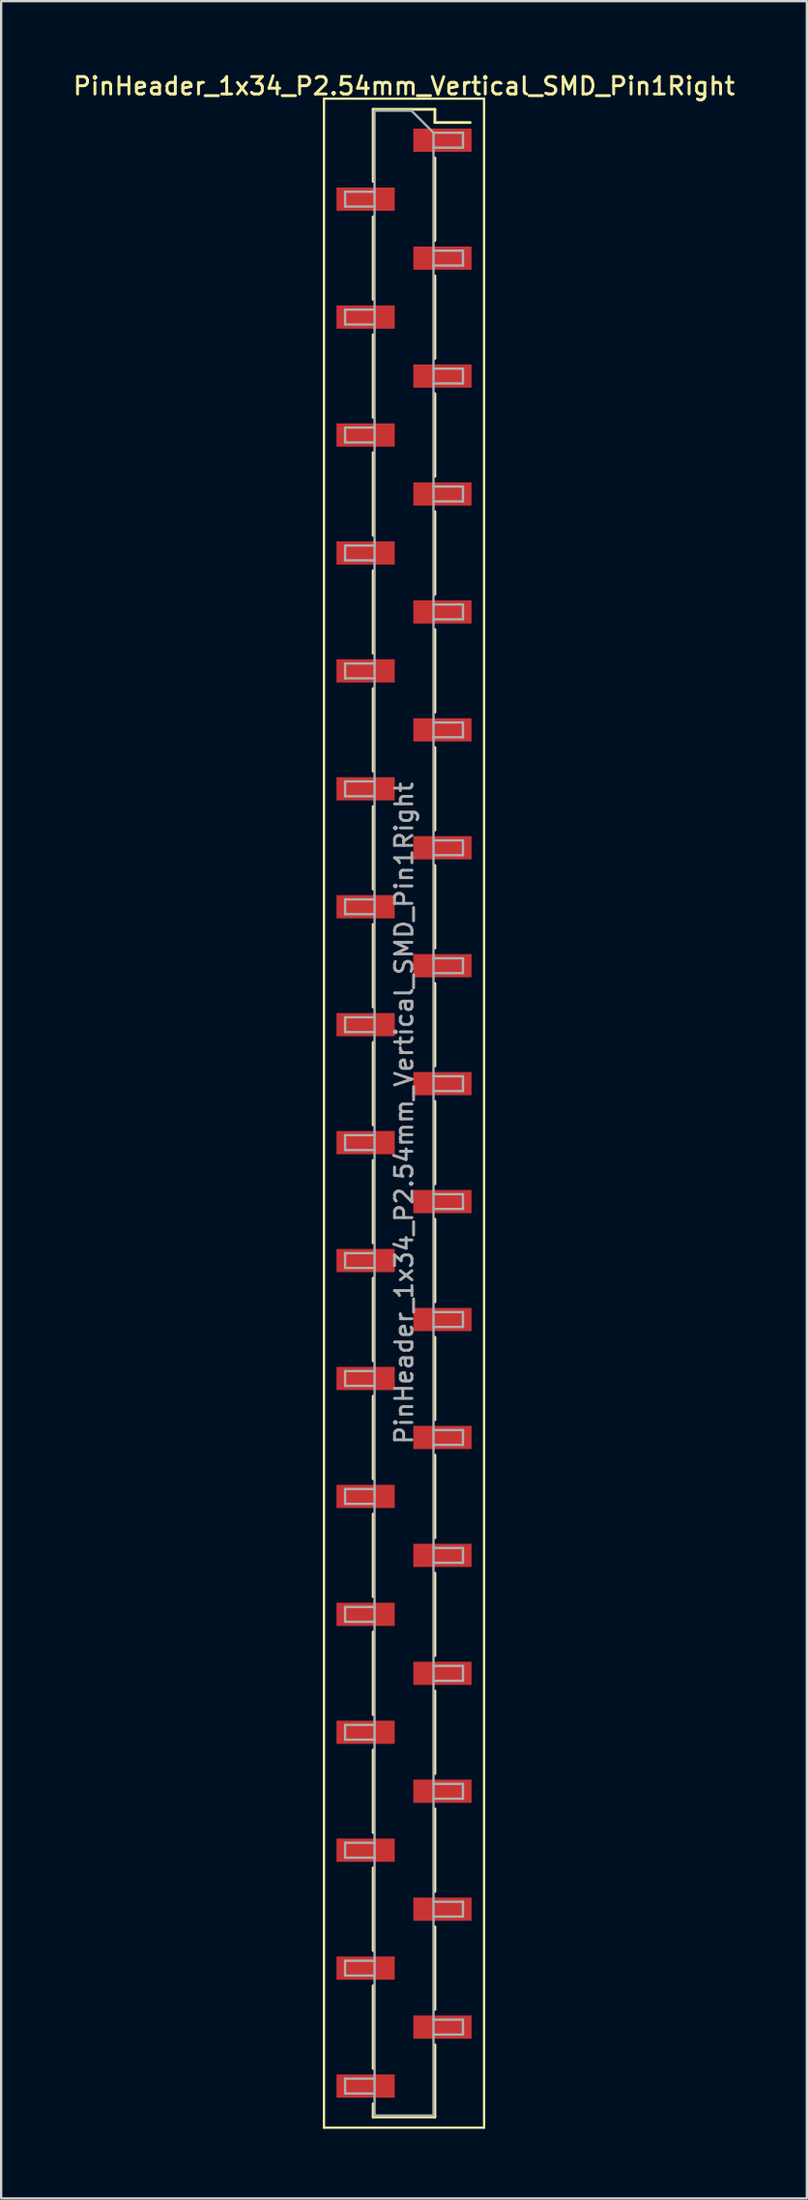
<source format=kicad_pcb>
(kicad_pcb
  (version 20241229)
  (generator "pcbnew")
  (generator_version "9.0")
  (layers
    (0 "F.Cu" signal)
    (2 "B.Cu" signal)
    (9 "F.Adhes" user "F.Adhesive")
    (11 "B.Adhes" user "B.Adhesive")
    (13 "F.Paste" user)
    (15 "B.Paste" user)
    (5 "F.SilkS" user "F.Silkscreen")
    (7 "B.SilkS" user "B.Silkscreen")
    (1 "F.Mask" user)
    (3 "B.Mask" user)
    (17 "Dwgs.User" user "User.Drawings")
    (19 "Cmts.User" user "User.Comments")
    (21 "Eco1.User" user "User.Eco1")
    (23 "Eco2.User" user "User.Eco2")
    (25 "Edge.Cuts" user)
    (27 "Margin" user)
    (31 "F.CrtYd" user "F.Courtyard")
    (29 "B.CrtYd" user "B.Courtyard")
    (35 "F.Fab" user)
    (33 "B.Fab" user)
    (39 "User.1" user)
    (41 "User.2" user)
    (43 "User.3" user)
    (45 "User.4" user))
  (footprint "PinHeader_1x34_P2.54mm_Vertical_SMD_Pin1Right"
    (layer "F.Cu")
    (at 14.363 44.898)
    (property "Reference" "PinHeader_1x34_P2.54mm_Vertical_SMD_Pin1Right" (at 0 -44.24 0) (layer "F.SilkS") (effects (font (size 0.75 0.75) (thickness 0.125))))
    (attr smd)
    (fp_line (start -3.45 -43.7) (end -3.45 43.7) (stroke (width 0.1) (type solid)) (layer "F.SilkS"))
    (fp_line (start -3.45 43.7) (end 3.45 43.7) (stroke (width 0.1) (type solid)) (layer "F.SilkS"))
    (fp_line (start -1.33 -43.24) (end -1.33 -40.13) (stroke (width 0.12) (type solid)) (layer "F.SilkS"))
    (fp_line (start -1.33 -43.24) (end 1.33 -43.24) (stroke (width 0.12) (type solid)) (layer "F.SilkS"))
    (fp_line (start -1.33 -38.61) (end -1.33 -35.05) (stroke (width 0.12) (type solid)) (layer "F.SilkS"))
    (fp_line (start -1.33 -33.53) (end -1.33 -29.97) (stroke (width 0.12) (type solid)) (layer "F.SilkS"))
    (fp_line (start -1.33 -28.45) (end -1.33 -24.89) (stroke (width 0.12) (type solid)) (layer "F.SilkS"))
    (fp_line (start -1.33 -23.37) (end -1.33 -19.81) (stroke (width 0.12) (type solid)) (layer "F.SilkS"))
    (fp_line (start -1.33 -18.29) (end -1.33 -14.73) (stroke (width 0.12) (type solid)) (layer "F.SilkS"))
    (fp_line (start -1.33 -13.21) (end -1.33 -9.65) (stroke (width 0.12) (type solid)) (layer "F.SilkS"))
    (fp_line (start -1.33 -8.13) (end -1.33 -4.57) (stroke (width 0.12) (type solid)) (layer "F.SilkS"))
    (fp_line (start -1.33 -3.05) (end -1.33 0.51) (stroke (width 0.12) (type solid)) (layer "F.SilkS"))
    (fp_line (start -1.33 2.03) (end -1.33 5.59) (stroke (width 0.12) (type solid)) (layer "F.SilkS"))
    (fp_line (start -1.33 7.11) (end -1.33 10.67) (stroke (width 0.12) (type solid)) (layer "F.SilkS"))
    (fp_line (start -1.33 12.19) (end -1.33 15.75) (stroke (width 0.12) (type solid)) (layer "F.SilkS"))
    (fp_line (start -1.33 17.27) (end -1.33 20.83) (stroke (width 0.12) (type solid)) (layer "F.SilkS"))
    (fp_line (start -1.33 22.35) (end -1.33 25.91) (stroke (width 0.12) (type solid)) (layer "F.SilkS"))
    (fp_line (start -1.33 27.43) (end -1.33 30.99) (stroke (width 0.12) (type solid)) (layer "F.SilkS"))
    (fp_line (start -1.33 32.51) (end -1.33 36.07) (stroke (width 0.12) (type solid)) (layer "F.SilkS"))
    (fp_line (start -1.33 37.59) (end -1.33 41.15) (stroke (width 0.12) (type solid)) (layer "F.SilkS"))
    (fp_line (start -1.33 42.67) (end -1.33 43.24) (stroke (width 0.12) (type solid)) (layer "F.SilkS"))
    (fp_line (start -1.33 43.24) (end 1.33 43.24) (stroke (width 0.12) (type solid)) (layer "F.SilkS"))
    (fp_line (start 1.33 -43.24) (end 1.33 -42.67) (stroke (width 0.12) (type solid)) (layer "F.SilkS"))
    (fp_line (start 1.33 -42.67) (end 2.85 -42.67) (stroke (width 0.12) (type solid)) (layer "F.SilkS"))
    (fp_line (start 1.33 -41.15) (end 1.33 -37.59) (stroke (width 0.12) (type solid)) (layer "F.SilkS"))
    (fp_line (start 1.33 -36.07) (end 1.33 -32.51) (stroke (width 0.12) (type solid)) (layer "F.SilkS"))
    (fp_line (start 1.33 -30.99) (end 1.33 -27.43) (stroke (width 0.12) (type solid)) (layer "F.SilkS"))
    (fp_line (start 1.33 -25.91) (end 1.33 -22.35) (stroke (width 0.12) (type solid)) (layer "F.SilkS"))
    (fp_line (start 1.33 -20.83) (end 1.33 -17.27) (stroke (width 0.12) (type solid)) (layer "F.SilkS"))
    (fp_line (start 1.33 -15.75) (end 1.33 -12.19) (stroke (width 0.12) (type solid)) (layer "F.SilkS"))
    (fp_line (start 1.33 -10.67) (end 1.33 -7.11) (stroke (width 0.12) (type solid)) (layer "F.SilkS"))
    (fp_line (start 1.33 -5.59) (end 1.33 -2.03) (stroke (width 0.12) (type solid)) (layer "F.SilkS"))
    (fp_line (start 1.33 -0.51) (end 1.33 3.05) (stroke (width 0.12) (type solid)) (layer "F.SilkS"))
    (fp_line (start 1.33 4.57) (end 1.33 8.13) (stroke (width 0.12) (type solid)) (layer "F.SilkS"))
    (fp_line (start 1.33 9.65) (end 1.33 13.21) (stroke (width 0.12) (type solid)) (layer "F.SilkS"))
    (fp_line (start 1.33 14.73) (end 1.33 18.29) (stroke (width 0.12) (type solid)) (layer "F.SilkS"))
    (fp_line (start 1.33 19.81) (end 1.33 23.37) (stroke (width 0.12) (type solid)) (layer "F.SilkS"))
    (fp_line (start 1.33 24.89) (end 1.33 28.45) (stroke (width 0.12) (type solid)) (layer "F.SilkS"))
    (fp_line (start 1.33 29.97) (end 1.33 33.53) (stroke (width 0.12) (type solid)) (layer "F.SilkS"))
    (fp_line (start 1.33 35.05) (end 1.33 38.61) (stroke (width 0.12) (type solid)) (layer "F.SilkS"))
    (fp_line (start 1.33 40.13) (end 1.33 43.24) (stroke (width 0.12) (type solid)) (layer "F.SilkS"))
    (fp_line (start 3.45 -43.7) (end -3.45 -43.7) (stroke (width 0.1) (type solid)) (layer "F.SilkS"))
    (fp_line (start 3.45 43.7) (end 3.45 -43.7) (stroke (width 0.1) (type solid)) (layer "F.SilkS"))
    (fp_line (start -2.54 -39.69) (end -2.54 -39.05) (stroke (width 0.1) (type solid)) (layer "F.Fab"))
    (fp_line (start -2.54 -39.05) (end -1.27 -39.05) (stroke (width 0.1) (type solid)) (layer "F.Fab"))
    (fp_line (start -2.54 -34.61) (end -2.54 -33.97) (stroke (width 0.1) (type solid)) (layer "F.Fab"))
    (fp_line (start -2.54 -33.97) (end -1.27 -33.97) (stroke (width 0.1) (type solid)) (layer "F.Fab"))
    (fp_line (start -2.54 -29.53) (end -2.54 -28.89) (stroke (width 0.1) (type solid)) (layer "F.Fab"))
    (fp_line (start -2.54 -28.89) (end -1.27 -28.89) (stroke (width 0.1) (type solid)) (layer "F.Fab"))
    (fp_line (start -2.54 -24.45) (end -2.54 -23.81) (stroke (width 0.1) (type solid)) (layer "F.Fab"))
    (fp_line (start -2.54 -23.81) (end -1.27 -23.81) (stroke (width 0.1) (type solid)) (layer "F.Fab"))
    (fp_line (start -2.54 -19.37) (end -2.54 -18.73) (stroke (width 0.1) (type solid)) (layer "F.Fab"))
    (fp_line (start -2.54 -18.73) (end -1.27 -18.73) (stroke (width 0.1) (type solid)) (layer "F.Fab"))
    (fp_line (start -2.54 -14.29) (end -2.54 -13.65) (stroke (width 0.1) (type solid)) (layer "F.Fab"))
    (fp_line (start -2.54 -13.65) (end -1.27 -13.65) (stroke (width 0.1) (type solid)) (layer "F.Fab"))
    (fp_line (start -2.54 -9.21) (end -2.54 -8.57) (stroke (width 0.1) (type solid)) (layer "F.Fab"))
    (fp_line (start -2.54 -8.57) (end -1.27 -8.57) (stroke (width 0.1) (type solid)) (layer "F.Fab"))
    (fp_line (start -2.54 -4.13) (end -2.54 -3.49) (stroke (width 0.1) (type solid)) (layer "F.Fab"))
    (fp_line (start -2.54 -3.49) (end -1.27 -3.49) (stroke (width 0.1) (type solid)) (layer "F.Fab"))
    (fp_line (start -2.54 0.95) (end -2.54 1.59) (stroke (width 0.1) (type solid)) (layer "F.Fab"))
    (fp_line (start -2.54 1.59) (end -1.27 1.59) (stroke (width 0.1) (type solid)) (layer "F.Fab"))
    (fp_line (start -2.54 6.03) (end -2.54 6.67) (stroke (width 0.1) (type solid)) (layer "F.Fab"))
    (fp_line (start -2.54 6.67) (end -1.27 6.67) (stroke (width 0.1) (type solid)) (layer "F.Fab"))
    (fp_line (start -2.54 11.11) (end -2.54 11.75) (stroke (width 0.1) (type solid)) (layer "F.Fab"))
    (fp_line (start -2.54 11.75) (end -1.27 11.75) (stroke (width 0.1) (type solid)) (layer "F.Fab"))
    (fp_line (start -2.54 16.19) (end -2.54 16.83) (stroke (width 0.1) (type solid)) (layer "F.Fab"))
    (fp_line (start -2.54 16.83) (end -1.27 16.83) (stroke (width 0.1) (type solid)) (layer "F.Fab"))
    (fp_line (start -2.54 21.27) (end -2.54 21.91) (stroke (width 0.1) (type solid)) (layer "F.Fab"))
    (fp_line (start -2.54 21.91) (end -1.27 21.91) (stroke (width 0.1) (type solid)) (layer "F.Fab"))
    (fp_line (start -2.54 26.35) (end -2.54 26.99) (stroke (width 0.1) (type solid)) (layer "F.Fab"))
    (fp_line (start -2.54 26.99) (end -1.27 26.99) (stroke (width 0.1) (type solid)) (layer "F.Fab"))
    (fp_line (start -2.54 31.43) (end -2.54 32.07) (stroke (width 0.1) (type solid)) (layer "F.Fab"))
    (fp_line (start -2.54 32.07) (end -1.27 32.07) (stroke (width 0.1) (type solid)) (layer "F.Fab"))
    (fp_line (start -2.54 36.51) (end -2.54 37.15) (stroke (width 0.1) (type solid)) (layer "F.Fab"))
    (fp_line (start -2.54 37.15) (end -1.27 37.15) (stroke (width 0.1) (type solid)) (layer "F.Fab"))
    (fp_line (start -2.54 41.59) (end -2.54 42.23) (stroke (width 0.1) (type solid)) (layer "F.Fab"))
    (fp_line (start -2.54 42.23) (end -1.27 42.23) (stroke (width 0.1) (type solid)) (layer "F.Fab"))
    (fp_line (start -1.27 -43.18) (end -1.27 43.18) (stroke (width 0.1) (type solid)) (layer "F.Fab"))
    (fp_line (start -1.27 -43.18) (end 0.32 -43.18) (stroke (width 0.1) (type solid)) (layer "F.Fab"))
    (fp_line (start -1.27 -39.69) (end -2.54 -39.69) (stroke (width 0.1) (type solid)) (layer "F.Fab"))
    (fp_line (start -1.27 -34.61) (end -2.54 -34.61) (stroke (width 0.1) (type solid)) (layer "F.Fab"))
    (fp_line (start -1.27 -29.53) (end -2.54 -29.53) (stroke (width 0.1) (type solid)) (layer "F.Fab"))
    (fp_line (start -1.27 -24.45) (end -2.54 -24.45) (stroke (width 0.1) (type solid)) (layer "F.Fab"))
    (fp_line (start -1.27 -19.37) (end -2.54 -19.37) (stroke (width 0.1) (type solid)) (layer "F.Fab"))
    (fp_line (start -1.27 -14.29) (end -2.54 -14.29) (stroke (width 0.1) (type solid)) (layer "F.Fab"))
    (fp_line (start -1.27 -9.21) (end -2.54 -9.21) (stroke (width 0.1) (type solid)) (layer "F.Fab"))
    (fp_line (start -1.27 -4.13) (end -2.54 -4.13) (stroke (width 0.1) (type solid)) (layer "F.Fab"))
    (fp_line (start -1.27 0.95) (end -2.54 0.95) (stroke (width 0.1) (type solid)) (layer "F.Fab"))
    (fp_line (start -1.27 6.03) (end -2.54 6.03) (stroke (width 0.1) (type solid)) (layer "F.Fab"))
    (fp_line (start -1.27 11.11) (end -2.54 11.11) (stroke (width 0.1) (type solid)) (layer "F.Fab"))
    (fp_line (start -1.27 16.19) (end -2.54 16.19) (stroke (width 0.1) (type solid)) (layer "F.Fab"))
    (fp_line (start -1.27 21.27) (end -2.54 21.27) (stroke (width 0.1) (type solid)) (layer "F.Fab"))
    (fp_line (start -1.27 26.35) (end -2.54 26.35) (stroke (width 0.1) (type solid)) (layer "F.Fab"))
    (fp_line (start -1.27 31.43) (end -2.54 31.43) (stroke (width 0.1) (type solid)) (layer "F.Fab"))
    (fp_line (start -1.27 36.51) (end -2.54 36.51) (stroke (width 0.1) (type solid)) (layer "F.Fab"))
    (fp_line (start -1.27 41.59) (end -2.54 41.59) (stroke (width 0.1) (type solid)) (layer "F.Fab"))
    (fp_line (start 1.27 -42.23) (end 0.32 -43.18) (stroke (width 0.1) (type solid)) (layer "F.Fab"))
    (fp_line (start 1.27 -42.23) (end 2.54 -42.23) (stroke (width 0.1) (type solid)) (layer "F.Fab"))
    (fp_line (start 1.27 -37.15) (end 2.54 -37.15) (stroke (width 0.1) (type solid)) (layer "F.Fab"))
    (fp_line (start 1.27 -32.07) (end 2.54 -32.07) (stroke (width 0.1) (type solid)) (layer "F.Fab"))
    (fp_line (start 1.27 -26.99) (end 2.54 -26.99) (stroke (width 0.1) (type solid)) (layer "F.Fab"))
    (fp_line (start 1.27 -21.91) (end 2.54 -21.91) (stroke (width 0.1) (type solid)) (layer "F.Fab"))
    (fp_line (start 1.27 -16.83) (end 2.54 -16.83) (stroke (width 0.1) (type solid)) (layer "F.Fab"))
    (fp_line (start 1.27 -11.75) (end 2.54 -11.75) (stroke (width 0.1) (type solid)) (layer "F.Fab"))
    (fp_line (start 1.27 -6.67) (end 2.54 -6.67) (stroke (width 0.1) (type solid)) (layer "F.Fab"))
    (fp_line (start 1.27 -1.59) (end 2.54 -1.59) (stroke (width 0.1) (type solid)) (layer "F.Fab"))
    (fp_line (start 1.27 3.49) (end 2.54 3.49) (stroke (width 0.1) (type solid)) (layer "F.Fab"))
    (fp_line (start 1.27 8.57) (end 2.54 8.57) (stroke (width 0.1) (type solid)) (layer "F.Fab"))
    (fp_line (start 1.27 13.65) (end 2.54 13.65) (stroke (width 0.1) (type solid)) (layer "F.Fab"))
    (fp_line (start 1.27 18.73) (end 2.54 18.73) (stroke (width 0.1) (type solid)) (layer "F.Fab"))
    (fp_line (start 1.27 23.81) (end 2.54 23.81) (stroke (width 0.1) (type solid)) (layer "F.Fab"))
    (fp_line (start 1.27 28.89) (end 2.54 28.89) (stroke (width 0.1) (type solid)) (layer "F.Fab"))
    (fp_line (start 1.27 33.97) (end 2.54 33.97) (stroke (width 0.1) (type solid)) (layer "F.Fab"))
    (fp_line (start 1.27 39.05) (end 2.54 39.05) (stroke (width 0.1) (type solid)) (layer "F.Fab"))
    (fp_line (start 1.27 43.18) (end -1.27 43.18) (stroke (width 0.1) (type solid)) (layer "F.Fab"))
    (fp_line (start 1.27 43.18) (end 1.27 -42.23) (stroke (width 0.1) (type solid)) (layer "F.Fab"))
    (fp_line (start 2.54 -42.23) (end 2.54 -41.59) (stroke (width 0.1) (type solid)) (layer "F.Fab"))
    (fp_line (start 2.54 -41.59) (end 1.27 -41.59) (stroke (width 0.1) (type solid)) (layer "F.Fab"))
    (fp_line (start 2.54 -37.15) (end 2.54 -36.51) (stroke (width 0.1) (type solid)) (layer "F.Fab"))
    (fp_line (start 2.54 -36.51) (end 1.27 -36.51) (stroke (width 0.1) (type solid)) (layer "F.Fab"))
    (fp_line (start 2.54 -32.07) (end 2.54 -31.43) (stroke (width 0.1) (type solid)) (layer "F.Fab"))
    (fp_line (start 2.54 -31.43) (end 1.27 -31.43) (stroke (width 0.1) (type solid)) (layer "F.Fab"))
    (fp_line (start 2.54 -26.99) (end 2.54 -26.35) (stroke (width 0.1) (type solid)) (layer "F.Fab"))
    (fp_line (start 2.54 -26.35) (end 1.27 -26.35) (stroke (width 0.1) (type solid)) (layer "F.Fab"))
    (fp_line (start 2.54 -21.91) (end 2.54 -21.27) (stroke (width 0.1) (type solid)) (layer "F.Fab"))
    (fp_line (start 2.54 -21.27) (end 1.27 -21.27) (stroke (width 0.1) (type solid)) (layer "F.Fab"))
    (fp_line (start 2.54 -16.83) (end 2.54 -16.19) (stroke (width 0.1) (type solid)) (layer "F.Fab"))
    (fp_line (start 2.54 -16.19) (end 1.27 -16.19) (stroke (width 0.1) (type solid)) (layer "F.Fab"))
    (fp_line (start 2.54 -11.75) (end 2.54 -11.11) (stroke (width 0.1) (type solid)) (layer "F.Fab"))
    (fp_line (start 2.54 -11.11) (end 1.27 -11.11) (stroke (width 0.1) (type solid)) (layer "F.Fab"))
    (fp_line (start 2.54 -6.67) (end 2.54 -6.03) (stroke (width 0.1) (type solid)) (layer "F.Fab"))
    (fp_line (start 2.54 -6.03) (end 1.27 -6.03) (stroke (width 0.1) (type solid)) (layer "F.Fab"))
    (fp_line (start 2.54 -1.59) (end 2.54 -0.95) (stroke (width 0.1) (type solid)) (layer "F.Fab"))
    (fp_line (start 2.54 -0.95) (end 1.27 -0.95) (stroke (width 0.1) (type solid)) (layer "F.Fab"))
    (fp_line (start 2.54 3.49) (end 2.54 4.13) (stroke (width 0.1) (type solid)) (layer "F.Fab"))
    (fp_line (start 2.54 4.13) (end 1.27 4.13) (stroke (width 0.1) (type solid)) (layer "F.Fab"))
    (fp_line (start 2.54 8.57) (end 2.54 9.21) (stroke (width 0.1) (type solid)) (layer "F.Fab"))
    (fp_line (start 2.54 9.21) (end 1.27 9.21) (stroke (width 0.1) (type solid)) (layer "F.Fab"))
    (fp_line (start 2.54 13.65) (end 2.54 14.29) (stroke (width 0.1) (type solid)) (layer "F.Fab"))
    (fp_line (start 2.54 14.29) (end 1.27 14.29) (stroke (width 0.1) (type solid)) (layer "F.Fab"))
    (fp_line (start 2.54 18.73) (end 2.54 19.37) (stroke (width 0.1) (type solid)) (layer "F.Fab"))
    (fp_line (start 2.54 19.37) (end 1.27 19.37) (stroke (width 0.1) (type solid)) (layer "F.Fab"))
    (fp_line (start 2.54 23.81) (end 2.54 24.45) (stroke (width 0.1) (type solid)) (layer "F.Fab"))
    (fp_line (start 2.54 24.45) (end 1.27 24.45) (stroke (width 0.1) (type solid)) (layer "F.Fab"))
    (fp_line (start 2.54 28.89) (end 2.54 29.53) (stroke (width 0.1) (type solid)) (layer "F.Fab"))
    (fp_line (start 2.54 29.53) (end 1.27 29.53) (stroke (width 0.1) (type solid)) (layer "F.Fab"))
    (fp_line (start 2.54 33.97) (end 2.54 34.61) (stroke (width 0.1) (type solid)) (layer "F.Fab"))
    (fp_line (start 2.54 34.61) (end 1.27 34.61) (stroke (width 0.1) (type solid)) (layer "F.Fab"))
    (fp_line (start 2.54 39.05) (end 2.54 39.69) (stroke (width 0.1) (type solid)) (layer "F.Fab"))
    (fp_line (start 2.54 39.69) (end 1.27 39.69) (stroke (width 0.1) (type solid)) (layer "F.Fab"))
    (fp_text user "${REFERENCE}" (at 0 0 90) (layer "F.Fab") (effects (font (size 0.75 0.75) (thickness 0.125))))
    (pad "1" smd rect (at 1.655 -41.91) (size 2.51 1) (layers "F.Cu" "F.Mask" "F.Paste"))
    (pad "2" smd rect (at -1.655 -39.37) (size 2.51 1) (layers "F.Cu" "F.Mask" "F.Paste"))
    (pad "3" smd rect (at 1.655 -36.83) (size 2.51 1) (layers "F.Cu" "F.Mask" "F.Paste"))
    (pad "4" smd rect (at -1.655 -34.29) (size 2.51 1) (layers "F.Cu" "F.Mask" "F.Paste"))
    (pad "5" smd rect (at 1.655 -31.75) (size 2.51 1) (layers "F.Cu" "F.Mask" "F.Paste"))
    (pad "6" smd rect (at -1.655 -29.21) (size 2.51 1) (layers "F.Cu" "F.Mask" "F.Paste"))
    (pad "7" smd rect (at 1.655 -26.67) (size 2.51 1) (layers "F.Cu" "F.Mask" "F.Paste"))
    (pad "8" smd rect (at -1.655 -24.13) (size 2.51 1) (layers "F.Cu" "F.Mask" "F.Paste"))
    (pad "9" smd rect (at 1.655 -21.59) (size 2.51 1) (layers "F.Cu" "F.Mask" "F.Paste"))
    (pad "10" smd rect (at -1.655 -19.05) (size 2.51 1) (layers "F.Cu" "F.Mask" "F.Paste"))
    (pad "11" smd rect (at 1.655 -16.51) (size 2.51 1) (layers "F.Cu" "F.Mask" "F.Paste"))
    (pad "12" smd rect (at -1.655 -13.97) (size 2.51 1) (layers "F.Cu" "F.Mask" "F.Paste"))
    (pad "13" smd rect (at 1.655 -11.43) (size 2.51 1) (layers "F.Cu" "F.Mask" "F.Paste"))
    (pad "14" smd rect (at -1.655 -8.89) (size 2.51 1) (layers "F.Cu" "F.Mask" "F.Paste"))
    (pad "15" smd rect (at 1.655 -6.35) (size 2.51 1) (layers "F.Cu" "F.Mask" "F.Paste"))
    (pad "16" smd rect (at -1.655 -3.81) (size 2.51 1) (layers "F.Cu" "F.Mask" "F.Paste"))
    (pad "17" smd rect (at 1.655 -1.27) (size 2.51 1) (layers "F.Cu" "F.Mask" "F.Paste"))
    (pad "18" smd rect (at -1.655 1.27) (size 2.51 1) (layers "F.Cu" "F.Mask" "F.Paste"))
    (pad "19" smd rect (at 1.655 3.81) (size 2.51 1) (layers "F.Cu" "F.Mask" "F.Paste"))
    (pad "20" smd rect (at -1.655 6.35) (size 2.51 1) (layers "F.Cu" "F.Mask" "F.Paste"))
    (pad "21" smd rect (at 1.655 8.89) (size 2.51 1) (layers "F.Cu" "F.Mask" "F.Paste"))
    (pad "22" smd rect (at -1.655 11.43) (size 2.51 1) (layers "F.Cu" "F.Mask" "F.Paste"))
    (pad "23" smd rect (at 1.655 13.97) (size 2.51 1) (layers "F.Cu" "F.Mask" "F.Paste"))
    (pad "24" smd rect (at -1.655 16.51) (size 2.51 1) (layers "F.Cu" "F.Mask" "F.Paste"))
    (pad "25" smd rect (at 1.655 19.05) (size 2.51 1) (layers "F.Cu" "F.Mask" "F.Paste"))
    (pad "26" smd rect (at -1.655 21.59) (size 2.51 1) (layers "F.Cu" "F.Mask" "F.Paste"))
    (pad "27" smd rect (at 1.655 24.13) (size 2.51 1) (layers "F.Cu" "F.Mask" "F.Paste"))
    (pad "28" smd rect (at -1.655 26.67) (size 2.51 1) (layers "F.Cu" "F.Mask" "F.Paste"))
    (pad "29" smd rect (at 1.655 29.21) (size 2.51 1) (layers "F.Cu" "F.Mask" "F.Paste"))
    (pad "30" smd rect (at -1.655 31.75) (size 2.51 1) (layers "F.Cu" "F.Mask" "F.Paste"))
    (pad "31" smd rect (at 1.655 34.29) (size 2.51 1) (layers "F.Cu" "F.Mask" "F.Paste"))
    (pad "32" smd rect (at -1.655 36.83) (size 2.51 1) (layers "F.Cu" "F.Mask" "F.Paste"))
    (pad "33" smd rect (at 1.655 39.37) (size 2.51 1) (layers "F.Cu" "F.Mask" "F.Paste"))
    (pad "34" smd rect (at -1.655 41.91) (size 2.51 1) (layers "F.Cu" "F.Mask" "F.Paste")))
  (gr_rect
    (start -3 -3)
    (end 31.725 91.648)
    (stroke (width 0.1) (type default))
    (fill no)
    (layer "Edge.Cuts")))
</source>
